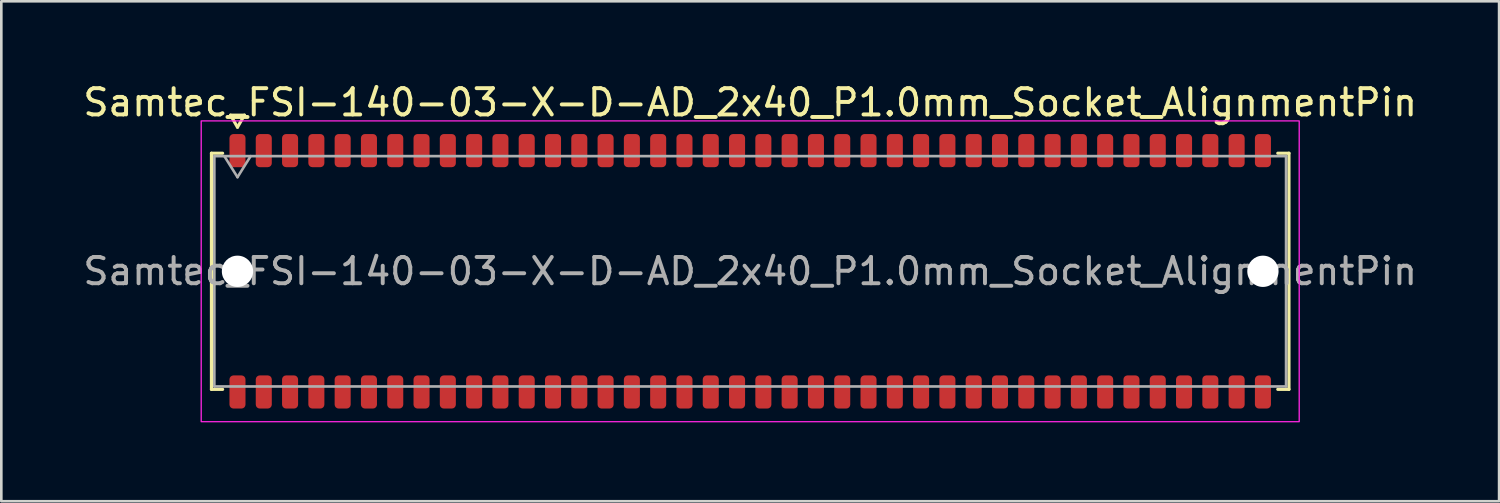
<source format=kicad_pcb>
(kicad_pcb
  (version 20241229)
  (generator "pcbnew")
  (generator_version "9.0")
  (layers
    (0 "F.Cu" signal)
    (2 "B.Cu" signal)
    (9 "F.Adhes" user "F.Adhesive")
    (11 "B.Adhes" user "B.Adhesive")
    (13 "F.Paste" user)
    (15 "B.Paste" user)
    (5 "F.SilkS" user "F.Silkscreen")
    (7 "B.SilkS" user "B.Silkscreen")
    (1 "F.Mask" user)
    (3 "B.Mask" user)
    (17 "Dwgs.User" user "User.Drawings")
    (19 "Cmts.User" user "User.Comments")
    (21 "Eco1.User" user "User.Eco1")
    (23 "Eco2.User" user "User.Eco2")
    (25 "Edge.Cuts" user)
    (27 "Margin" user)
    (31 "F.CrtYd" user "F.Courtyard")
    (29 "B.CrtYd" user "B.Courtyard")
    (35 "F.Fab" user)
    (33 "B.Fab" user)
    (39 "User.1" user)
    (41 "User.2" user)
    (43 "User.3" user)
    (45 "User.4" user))
  (footprint "Samtec_FSI-140-03-X-D-AD_2x40_P1.0mm_Socket_AlignmentPin"
    (layer "F.Cu")
    (at 25.482 7.268)
    (property "Reference" "Samtec_FSI-140-03-X-D-AD_2x40_P1.0mm_Socket_AlignmentPin" (at 0 -6.42 0) (layer "F.SilkS") (effects (font (size 1 1) (thickness 0.15))))
    (attr smd)
    (fp_line (start -20.49 -4.49) (end -20.065 -4.49) (stroke (width 0.12) (type solid)) (layer "F.SilkS"))
    (fp_line (start -20.49 4.49) (end -20.49 -4.49) (stroke (width 0.12) (type solid)) (layer "F.SilkS"))
    (fp_line (start -20.065 4.49) (end -20.49 4.49) (stroke (width 0.12) (type solid)) (layer "F.SilkS"))
    (fp_line (start -19.764 -5.938) (end -19.5 -5.48) (stroke (width 0.12) (type solid)) (layer "F.SilkS"))
    (fp_line (start -19.5 -5.48) (end -19.236 -5.938) (stroke (width 0.12) (type solid)) (layer "F.SilkS"))
    (fp_line (start -19.236 -5.938) (end -19.764 -5.938) (stroke (width 0.12) (type solid)) (layer "F.SilkS"))
    (fp_line (start 20.065 -4.49) (end 20.49 -4.49) (stroke (width 0.12) (type solid)) (layer "F.SilkS"))
    (fp_line (start 20.49 -4.49) (end 20.49 4.49) (stroke (width 0.12) (type solid)) (layer "F.SilkS"))
    (fp_line (start 20.49 4.49) (end 20.065 4.49) (stroke (width 0.12) (type solid)) (layer "F.SilkS"))
    (fp_rect (start -20.88 -5.72) (end 20.88 5.72) (stroke (width 0.05) (type solid)) (fill no) (layer "F.CrtYd"))
    (fp_line (start -20.38 -4.38) (end 20.38 -4.38) (stroke (width 0.1) (type solid)) (layer "F.Fab"))
    (fp_line (start -20.38 4.38) (end -20.38 -4.38) (stroke (width 0.1) (type solid)) (layer "F.Fab"))
    (fp_line (start -20 -4.38) (end -19.5 -3.58) (stroke (width 0.1) (type solid)) (layer "F.Fab"))
    (fp_line (start -19.5 -3.58) (end -19 -4.38) (stroke (width 0.1) (type solid)) (layer "F.Fab"))
    (fp_line (start 20.38 -4.38) (end 20.38 4.38) (stroke (width 0.1) (type solid)) (layer "F.Fab"))
    (fp_line (start 20.38 4.38) (end -20.38 4.38) (stroke (width 0.1) (type solid)) (layer "F.Fab"))
    (fp_text user "${REFERENCE}" (at 0 0 0) (layer "F.Fab") (effects (font (size 1 1) (thickness 0.15))))
    (pad "" np_thru_hole circle (at -19.5 0) (size 1.19 1.19) (drill 1.19) (layers "*.Cu" "*.Mask"))
    (pad "" np_thru_hole circle (at 19.5 0) (size 1.19 1.19) (drill 1.19) (layers "*.Cu" "*.Mask"))
    (pad "1" smd roundrect (at -19.5 -4.59) (size 0.61 1.26) (layers "F.Cu" "F.Mask" "F.Paste") (roundrect_rratio 0.25))
    (pad "2" smd roundrect (at -19.5 4.59) (size 0.61 1.26) (layers "F.Cu" "F.Mask" "F.Paste") (roundrect_rratio 0.25))
    (pad "3" smd roundrect (at -18.5 -4.59) (size 0.61 1.26) (layers "F.Cu" "F.Mask" "F.Paste") (roundrect_rratio 0.25))
    (pad "4" smd roundrect (at -18.5 4.59) (size 0.61 1.26) (layers "F.Cu" "F.Mask" "F.Paste") (roundrect_rratio 0.25))
    (pad "5" smd roundrect (at -17.5 -4.59) (size 0.61 1.26) (layers "F.Cu" "F.Mask" "F.Paste") (roundrect_rratio 0.25))
    (pad "6" smd roundrect (at -17.5 4.59) (size 0.61 1.26) (layers "F.Cu" "F.Mask" "F.Paste") (roundrect_rratio 0.25))
    (pad "7" smd roundrect (at -16.5 -4.59) (size 0.61 1.26) (layers "F.Cu" "F.Mask" "F.Paste") (roundrect_rratio 0.25))
    (pad "8" smd roundrect (at -16.5 4.59) (size 0.61 1.26) (layers "F.Cu" "F.Mask" "F.Paste") (roundrect_rratio 0.25))
    (pad "9" smd roundrect (at -15.5 -4.59) (size 0.61 1.26) (layers "F.Cu" "F.Mask" "F.Paste") (roundrect_rratio 0.25))
    (pad "10" smd roundrect (at -15.5 4.59) (size 0.61 1.26) (layers "F.Cu" "F.Mask" "F.Paste") (roundrect_rratio 0.25))
    (pad "11" smd roundrect (at -14.5 -4.59) (size 0.61 1.26) (layers "F.Cu" "F.Mask" "F.Paste") (roundrect_rratio 0.25))
    (pad "12" smd roundrect (at -14.5 4.59) (size 0.61 1.26) (layers "F.Cu" "F.Mask" "F.Paste") (roundrect_rratio 0.25))
    (pad "13" smd roundrect (at -13.5 -4.59) (size 0.61 1.26) (layers "F.Cu" "F.Mask" "F.Paste") (roundrect_rratio 0.25))
    (pad "14" smd roundrect (at -13.5 4.59) (size 0.61 1.26) (layers "F.Cu" "F.Mask" "F.Paste") (roundrect_rratio 0.25))
    (pad "15" smd roundrect (at -12.5 -4.59) (size 0.61 1.26) (layers "F.Cu" "F.Mask" "F.Paste") (roundrect_rratio 0.25))
    (pad "16" smd roundrect (at -12.5 4.59) (size 0.61 1.26) (layers "F.Cu" "F.Mask" "F.Paste") (roundrect_rratio 0.25))
    (pad "17" smd roundrect (at -11.5 -4.59) (size 0.61 1.26) (layers "F.Cu" "F.Mask" "F.Paste") (roundrect_rratio 0.25))
    (pad "18" smd roundrect (at -11.5 4.59) (size 0.61 1.26) (layers "F.Cu" "F.Mask" "F.Paste") (roundrect_rratio 0.25))
    (pad "19" smd roundrect (at -10.5 -4.59) (size 0.61 1.26) (layers "F.Cu" "F.Mask" "F.Paste") (roundrect_rratio 0.25))
    (pad "20" smd roundrect (at -10.5 4.59) (size 0.61 1.26) (layers "F.Cu" "F.Mask" "F.Paste") (roundrect_rratio 0.25))
    (pad "21" smd roundrect (at -9.5 -4.59) (size 0.61 1.26) (layers "F.Cu" "F.Mask" "F.Paste") (roundrect_rratio 0.25))
    (pad "22" smd roundrect (at -9.5 4.59) (size 0.61 1.26) (layers "F.Cu" "F.Mask" "F.Paste") (roundrect_rratio 0.25))
    (pad "23" smd roundrect (at -8.5 -4.59) (size 0.61 1.26) (layers "F.Cu" "F.Mask" "F.Paste") (roundrect_rratio 0.25))
    (pad "24" smd roundrect (at -8.5 4.59) (size 0.61 1.26) (layers "F.Cu" "F.Mask" "F.Paste") (roundrect_rratio 0.25))
    (pad "25" smd roundrect (at -7.5 -4.59) (size 0.61 1.26) (layers "F.Cu" "F.Mask" "F.Paste") (roundrect_rratio 0.25))
    (pad "26" smd roundrect (at -7.5 4.59) (size 0.61 1.26) (layers "F.Cu" "F.Mask" "F.Paste") (roundrect_rratio 0.25))
    (pad "27" smd roundrect (at -6.5 -4.59) (size 0.61 1.26) (layers "F.Cu" "F.Mask" "F.Paste") (roundrect_rratio 0.25))
    (pad "28" smd roundrect (at -6.5 4.59) (size 0.61 1.26) (layers "F.Cu" "F.Mask" "F.Paste") (roundrect_rratio 0.25))
    (pad "29" smd roundrect (at -5.5 -4.59) (size 0.61 1.26) (layers "F.Cu" "F.Mask" "F.Paste") (roundrect_rratio 0.25))
    (pad "30" smd roundrect (at -5.5 4.59) (size 0.61 1.26) (layers "F.Cu" "F.Mask" "F.Paste") (roundrect_rratio 0.25))
    (pad "31" smd roundrect (at -4.5 -4.59) (size 0.61 1.26) (layers "F.Cu" "F.Mask" "F.Paste") (roundrect_rratio 0.25))
    (pad "32" smd roundrect (at -4.5 4.59) (size 0.61 1.26) (layers "F.Cu" "F.Mask" "F.Paste") (roundrect_rratio 0.25))
    (pad "33" smd roundrect (at -3.5 -4.59) (size 0.61 1.26) (layers "F.Cu" "F.Mask" "F.Paste") (roundrect_rratio 0.25))
    (pad "34" smd roundrect (at -3.5 4.59) (size 0.61 1.26) (layers "F.Cu" "F.Mask" "F.Paste") (roundrect_rratio 0.25))
    (pad "35" smd roundrect (at -2.5 -4.59) (size 0.61 1.26) (layers "F.Cu" "F.Mask" "F.Paste") (roundrect_rratio 0.25))
    (pad "36" smd roundrect (at -2.5 4.59) (size 0.61 1.26) (layers "F.Cu" "F.Mask" "F.Paste") (roundrect_rratio 0.25))
    (pad "37" smd roundrect (at -1.5 -4.59) (size 0.61 1.26) (layers "F.Cu" "F.Mask" "F.Paste") (roundrect_rratio 0.25))
    (pad "38" smd roundrect (at -1.5 4.59) (size 0.61 1.26) (layers "F.Cu" "F.Mask" "F.Paste") (roundrect_rratio 0.25))
    (pad "39" smd roundrect (at -0.5 -4.59) (size 0.61 1.26) (layers "F.Cu" "F.Mask" "F.Paste") (roundrect_rratio 0.25))
    (pad "40" smd roundrect (at -0.5 4.59) (size 0.61 1.26) (layers "F.Cu" "F.Mask" "F.Paste") (roundrect_rratio 0.25))
    (pad "41" smd roundrect (at 0.5 -4.59) (size 0.61 1.26) (layers "F.Cu" "F.Mask" "F.Paste") (roundrect_rratio 0.25))
    (pad "42" smd roundrect (at 0.5 4.59) (size 0.61 1.26) (layers "F.Cu" "F.Mask" "F.Paste") (roundrect_rratio 0.25))
    (pad "43" smd roundrect (at 1.5 -4.59) (size 0.61 1.26) (layers "F.Cu" "F.Mask" "F.Paste") (roundrect_rratio 0.25))
    (pad "44" smd roundrect (at 1.5 4.59) (size 0.61 1.26) (layers "F.Cu" "F.Mask" "F.Paste") (roundrect_rratio 0.25))
    (pad "45" smd roundrect (at 2.5 -4.59) (size 0.61 1.26) (layers "F.Cu" "F.Mask" "F.Paste") (roundrect_rratio 0.25))
    (pad "46" smd roundrect (at 2.5 4.59) (size 0.61 1.26) (layers "F.Cu" "F.Mask" "F.Paste") (roundrect_rratio 0.25))
    (pad "47" smd roundrect (at 3.5 -4.59) (size 0.61 1.26) (layers "F.Cu" "F.Mask" "F.Paste") (roundrect_rratio 0.25))
    (pad "48" smd roundrect (at 3.5 4.59) (size 0.61 1.26) (layers "F.Cu" "F.Mask" "F.Paste") (roundrect_rratio 0.25))
    (pad "49" smd roundrect (at 4.5 -4.59) (size 0.61 1.26) (layers "F.Cu" "F.Mask" "F.Paste") (roundrect_rratio 0.25))
    (pad "50" smd roundrect (at 4.5 4.59) (size 0.61 1.26) (layers "F.Cu" "F.Mask" "F.Paste") (roundrect_rratio 0.25))
    (pad "51" smd roundrect (at 5.5 -4.59) (size 0.61 1.26) (layers "F.Cu" "F.Mask" "F.Paste") (roundrect_rratio 0.25))
    (pad "52" smd roundrect (at 5.5 4.59) (size 0.61 1.26) (layers "F.Cu" "F.Mask" "F.Paste") (roundrect_rratio 0.25))
    (pad "53" smd roundrect (at 6.5 -4.59) (size 0.61 1.26) (layers "F.Cu" "F.Mask" "F.Paste") (roundrect_rratio 0.25))
    (pad "54" smd roundrect (at 6.5 4.59) (size 0.61 1.26) (layers "F.Cu" "F.Mask" "F.Paste") (roundrect_rratio 0.25))
    (pad "55" smd roundrect (at 7.5 -4.59) (size 0.61 1.26) (layers "F.Cu" "F.Mask" "F.Paste") (roundrect_rratio 0.25))
    (pad "56" smd roundrect (at 7.5 4.59) (size 0.61 1.26) (layers "F.Cu" "F.Mask" "F.Paste") (roundrect_rratio 0.25))
    (pad "57" smd roundrect (at 8.5 -4.59) (size 0.61 1.26) (layers "F.Cu" "F.Mask" "F.Paste") (roundrect_rratio 0.25))
    (pad "58" smd roundrect (at 8.5 4.59) (size 0.61 1.26) (layers "F.Cu" "F.Mask" "F.Paste") (roundrect_rratio 0.25))
    (pad "59" smd roundrect (at 9.5 -4.59) (size 0.61 1.26) (layers "F.Cu" "F.Mask" "F.Paste") (roundrect_rratio 0.25))
    (pad "60" smd roundrect (at 9.5 4.59) (size 0.61 1.26) (layers "F.Cu" "F.Mask" "F.Paste") (roundrect_rratio 0.25))
    (pad "61" smd roundrect (at 10.5 -4.59) (size 0.61 1.26) (layers "F.Cu" "F.Mask" "F.Paste") (roundrect_rratio 0.25))
    (pad "62" smd roundrect (at 10.5 4.59) (size 0.61 1.26) (layers "F.Cu" "F.Mask" "F.Paste") (roundrect_rratio 0.25))
    (pad "63" smd roundrect (at 11.5 -4.59) (size 0.61 1.26) (layers "F.Cu" "F.Mask" "F.Paste") (roundrect_rratio 0.25))
    (pad "64" smd roundrect (at 11.5 4.59) (size 0.61 1.26) (layers "F.Cu" "F.Mask" "F.Paste") (roundrect_rratio 0.25))
    (pad "65" smd roundrect (at 12.5 -4.59) (size 0.61 1.26) (layers "F.Cu" "F.Mask" "F.Paste") (roundrect_rratio 0.25))
    (pad "66" smd roundrect (at 12.5 4.59) (size 0.61 1.26) (layers "F.Cu" "F.Mask" "F.Paste") (roundrect_rratio 0.25))
    (pad "67" smd roundrect (at 13.5 -4.59) (size 0.61 1.26) (layers "F.Cu" "F.Mask" "F.Paste") (roundrect_rratio 0.25))
    (pad "68" smd roundrect (at 13.5 4.59) (size 0.61 1.26) (layers "F.Cu" "F.Mask" "F.Paste") (roundrect_rratio 0.25))
    (pad "69" smd roundrect (at 14.5 -4.59) (size 0.61 1.26) (layers "F.Cu" "F.Mask" "F.Paste") (roundrect_rratio 0.25))
    (pad "70" smd roundrect (at 14.5 4.59) (size 0.61 1.26) (layers "F.Cu" "F.Mask" "F.Paste") (roundrect_rratio 0.25))
    (pad "71" smd roundrect (at 15.5 -4.59) (size 0.61 1.26) (layers "F.Cu" "F.Mask" "F.Paste") (roundrect_rratio 0.25))
    (pad "72" smd roundrect (at 15.5 4.59) (size 0.61 1.26) (layers "F.Cu" "F.Mask" "F.Paste") (roundrect_rratio 0.25))
    (pad "73" smd roundrect (at 16.5 -4.59) (size 0.61 1.26) (layers "F.Cu" "F.Mask" "F.Paste") (roundrect_rratio 0.25))
    (pad "74" smd roundrect (at 16.5 4.59) (size 0.61 1.26) (layers "F.Cu" "F.Mask" "F.Paste") (roundrect_rratio 0.25))
    (pad "75" smd roundrect (at 17.5 -4.59) (size 0.61 1.26) (layers "F.Cu" "F.Mask" "F.Paste") (roundrect_rratio 0.25))
    (pad "76" smd roundrect (at 17.5 4.59) (size 0.61 1.26) (layers "F.Cu" "F.Mask" "F.Paste") (roundrect_rratio 0.25))
    (pad "77" smd roundrect (at 18.5 -4.59) (size 0.61 1.26) (layers "F.Cu" "F.Mask" "F.Paste") (roundrect_rratio 0.25))
    (pad "78" smd roundrect (at 18.5 4.59) (size 0.61 1.26) (layers "F.Cu" "F.Mask" "F.Paste") (roundrect_rratio 0.25))
    (pad "79" smd roundrect (at 19.5 -4.59) (size 0.61 1.26) (layers "F.Cu" "F.Mask" "F.Paste") (roundrect_rratio 0.25))
    (pad "80" smd roundrect (at 19.5 4.59) (size 0.61 1.26) (layers "F.Cu" "F.Mask" "F.Paste") (roundrect_rratio 0.25)))
  (gr_rect
    (start -3 -3)
    (end 53.964 16.013)
    (stroke (width 0.1) (type default))
    (fill no)
    (layer "Edge.Cuts")))
</source>
